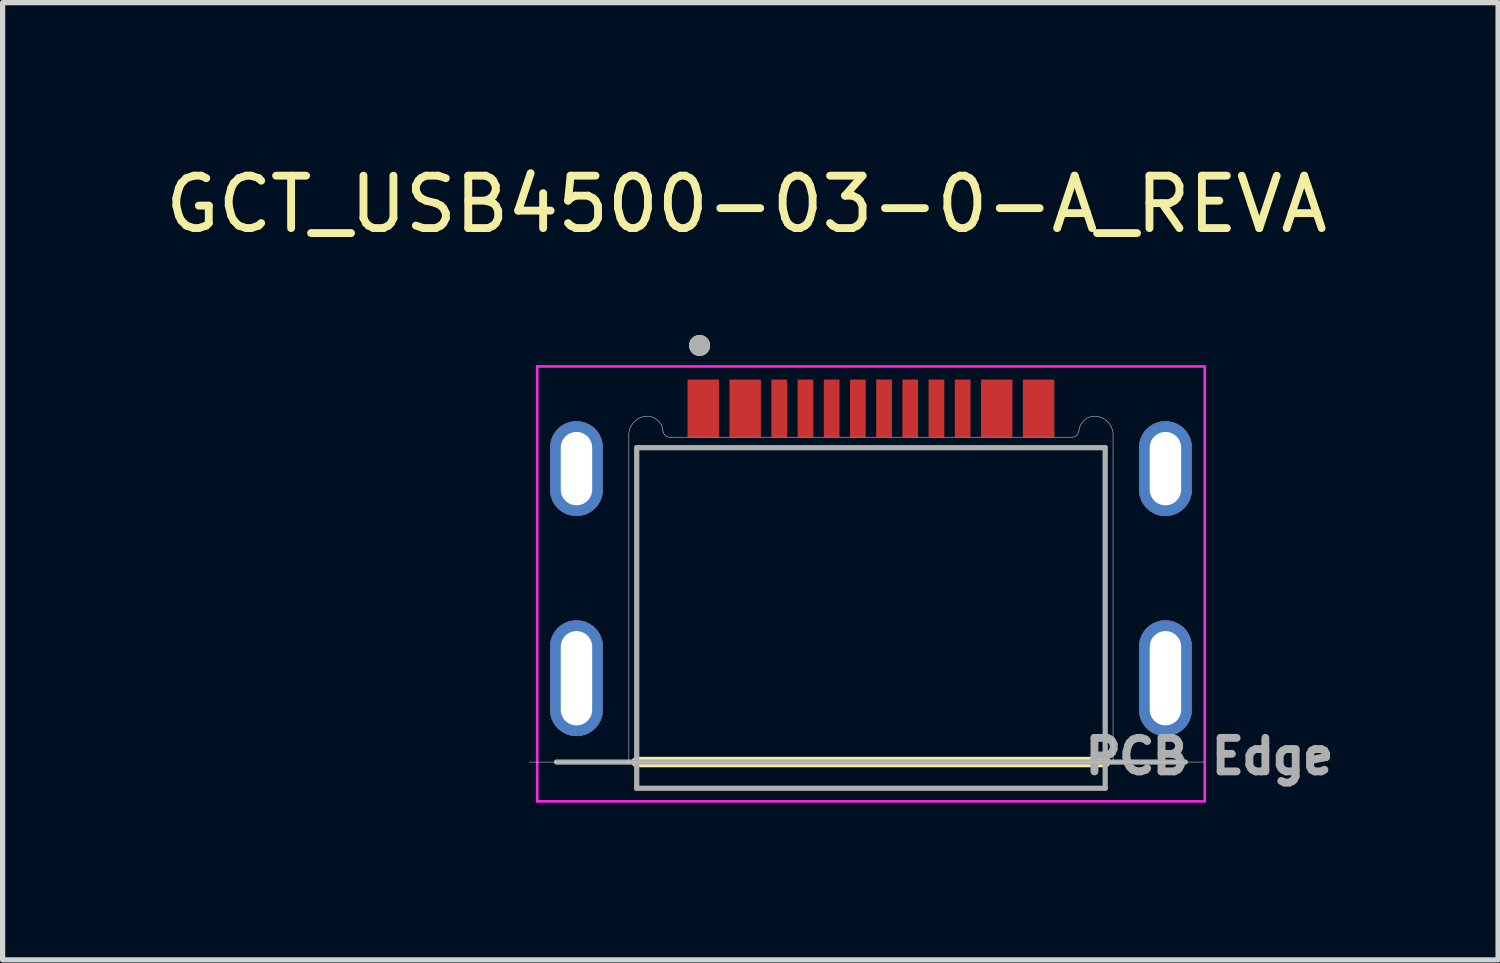
<source format=kicad_pcb>
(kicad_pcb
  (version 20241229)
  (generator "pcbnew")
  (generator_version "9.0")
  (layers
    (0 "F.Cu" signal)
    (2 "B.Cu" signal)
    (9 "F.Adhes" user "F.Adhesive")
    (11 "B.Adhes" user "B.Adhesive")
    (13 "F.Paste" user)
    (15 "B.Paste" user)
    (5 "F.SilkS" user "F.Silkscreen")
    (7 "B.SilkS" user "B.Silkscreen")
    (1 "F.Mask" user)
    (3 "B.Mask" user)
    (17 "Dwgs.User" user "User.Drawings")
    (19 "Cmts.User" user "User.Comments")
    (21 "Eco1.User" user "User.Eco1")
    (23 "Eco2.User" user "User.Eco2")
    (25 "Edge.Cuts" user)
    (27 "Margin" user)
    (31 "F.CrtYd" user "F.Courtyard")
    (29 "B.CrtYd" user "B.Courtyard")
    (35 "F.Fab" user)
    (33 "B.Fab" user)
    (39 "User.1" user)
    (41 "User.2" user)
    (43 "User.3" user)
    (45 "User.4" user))
  (footprint "GCT_USB4500-03-0-A_REVA"
    (layer "F.Cu")
    (at 13.571 9.893)
    (property "Reference" "GCT_USB4500-03-0-A_REVA" (at -2.375 -9.045 0) (layer "F.SilkS") (effects (font (size 1 1) (thickness 0.15))))
    (attr through_hole)
    (fp_poly (pts (xy -5.62 -3.1) (xy -5.646 -3.101) (xy -5.672 -3.103) (xy -5.698 -3.106) (xy -5.724 -3.111) (xy -5.749 -3.117) (xy -5.775 -3.124) (xy -5.799 -3.133) (xy -5.823 -3.143) (xy -5.847 -3.154) (xy -5.87 -3.167) (xy -5.892 -3.181) (xy -5.914 -3.195) (xy -5.935 -3.211) (xy -5.955 -3.228) (xy -5.974 -3.246) (xy -5.992 -3.265) (xy -6.009 -3.285) (xy -6.025 -3.306) (xy -6.039 -3.328) (xy -6.053 -3.35) (xy -6.066 -3.373) (xy -6.077 -3.397) (xy -6.087 -3.421) (xy -6.096 -3.445) (xy -6.103 -3.471) (xy -6.109 -3.496) (xy -6.114 -3.522) (xy -6.117 -3.548) (xy -6.119 -3.574) (xy -6.12 -3.6) (xy -6.12 -4.4) (xy -6.119 -4.426) (xy -6.117 -4.452) (xy -6.114 -4.478) (xy -6.109 -4.504) (xy -6.103 -4.529) (xy -6.096 -4.555) (xy -6.087 -4.579) (xy -6.077 -4.603) (xy -6.066 -4.627) (xy -6.053 -4.65) (xy -6.039 -4.672) (xy -6.025 -4.694) (xy -6.009 -4.715) (xy -5.992 -4.735) (xy -5.974 -4.754) (xy -5.955 -4.772) (xy -5.935 -4.789) (xy -5.914 -4.805) (xy -5.892 -4.819) (xy -5.87 -4.833) (xy -5.847 -4.846) (xy -5.823 -4.857) (xy -5.799 -4.867) (xy -5.775 -4.876) (xy -5.749 -4.883) (xy -5.724 -4.889) (xy -5.698 -4.894) (xy -5.672 -4.897) (xy -5.646 -4.899) (xy -5.62 -4.9) (xy -5.594 -4.899) (xy -5.568 -4.897) (xy -5.542 -4.894) (xy -5.516 -4.889) (xy -5.491 -4.883) (xy -5.465 -4.876) (xy -5.441 -4.867) (xy -5.417 -4.857) (xy -5.393 -4.846) (xy -5.37 -4.833) (xy -5.348 -4.819) (xy -5.326 -4.805) (xy -5.305 -4.789) (xy -5.285 -4.772) (xy -5.266 -4.754) (xy -5.248 -4.735) (xy -5.231 -4.715) (xy -5.215 -4.694) (xy -5.201 -4.672) (xy -5.187 -4.65) (xy -5.174 -4.627) (xy -5.163 -4.603) (xy -5.153 -4.579) (xy -5.144 -4.555) (xy -5.137 -4.529) (xy -5.131 -4.504) (xy -5.126 -4.478) (xy -5.123 -4.452) (xy -5.121 -4.426) (xy -5.12 -4.4) (xy -5.12 -3.6) (xy -5.121 -3.574) (xy -5.123 -3.548) (xy -5.126 -3.522) (xy -5.131 -3.496) (xy -5.137 -3.471) (xy -5.144 -3.445) (xy -5.153 -3.421) (xy -5.163 -3.397) (xy -5.174 -3.373) (xy -5.187 -3.35) (xy -5.201 -3.328) (xy -5.215 -3.306) (xy -5.231 -3.285) (xy -5.248 -3.265) (xy -5.266 -3.246) (xy -5.285 -3.228) (xy -5.305 -3.211) (xy -5.326 -3.195) (xy -5.348 -3.181) (xy -5.37 -3.167) (xy -5.393 -3.154) (xy -5.417 -3.143) (xy -5.441 -3.133) (xy -5.465 -3.124) (xy -5.491 -3.117) (xy -5.516 -3.111) (xy -5.542 -3.106) (xy -5.568 -3.103) (xy -5.594 -3.101) (xy -5.62 -3.1)) (stroke (width 0.01) (type solid)) (fill yes) (layer "F.Cu"))
    (fp_poly (pts (xy -5.62 1.1) (xy -5.646 1.099) (xy -5.672 1.097) (xy -5.698 1.094) (xy -5.724 1.089) (xy -5.749 1.083) (xy -5.775 1.076) (xy -5.799 1.067) (xy -5.823 1.057) (xy -5.847 1.046) (xy -5.87 1.033) (xy -5.892 1.019) (xy -5.914 1.005) (xy -5.935 0.989) (xy -5.955 0.972) (xy -5.974 0.954) (xy -5.992 0.935) (xy -6.009 0.915) (xy -6.025 0.894) (xy -6.039 0.872) (xy -6.053 0.85) (xy -6.066 0.827) (xy -6.077 0.803) (xy -6.087 0.779) (xy -6.096 0.755) (xy -6.103 0.729) (xy -6.109 0.704) (xy -6.114 0.678) (xy -6.117 0.652) (xy -6.119 0.626) (xy -6.12 0.6) (xy -6.12 -0.6) (xy -6.119 -0.626) (xy -6.117 -0.652) (xy -6.114 -0.678) (xy -6.109 -0.704) (xy -6.103 -0.729) (xy -6.096 -0.755) (xy -6.087 -0.779) (xy -6.077 -0.803) (xy -6.066 -0.827) (xy -6.053 -0.85) (xy -6.039 -0.872) (xy -6.025 -0.894) (xy -6.009 -0.915) (xy -5.992 -0.935) (xy -5.974 -0.954) (xy -5.955 -0.972) (xy -5.935 -0.989) (xy -5.914 -1.005) (xy -5.892 -1.019) (xy -5.87 -1.033) (xy -5.847 -1.046) (xy -5.823 -1.057) (xy -5.799 -1.067) (xy -5.775 -1.076) (xy -5.749 -1.083) (xy -5.724 -1.089) (xy -5.698 -1.094) (xy -5.672 -1.097) (xy -5.646 -1.099) (xy -5.62 -1.1) (xy -5.594 -1.099) (xy -5.568 -1.097) (xy -5.542 -1.094) (xy -5.516 -1.089) (xy -5.491 -1.083) (xy -5.465 -1.076) (xy -5.441 -1.067) (xy -5.417 -1.057) (xy -5.393 -1.046) (xy -5.37 -1.033) (xy -5.348 -1.019) (xy -5.326 -1.005) (xy -5.305 -0.989) (xy -5.285 -0.972) (xy -5.266 -0.954) (xy -5.248 -0.935) (xy -5.231 -0.915) (xy -5.215 -0.894) (xy -5.201 -0.872) (xy -5.187 -0.85) (xy -5.174 -0.827) (xy -5.163 -0.803) (xy -5.153 -0.779) (xy -5.144 -0.755) (xy -5.137 -0.729) (xy -5.131 -0.704) (xy -5.126 -0.678) (xy -5.123 -0.652) (xy -5.121 -0.626) (xy -5.12 -0.6) (xy -5.12 0.6) (xy -5.121 0.626) (xy -5.123 0.652) (xy -5.126 0.678) (xy -5.131 0.704) (xy -5.137 0.729) (xy -5.144 0.755) (xy -5.153 0.779) (xy -5.163 0.803) (xy -5.174 0.827) (xy -5.187 0.85) (xy -5.201 0.872) (xy -5.215 0.894) (xy -5.231 0.915) (xy -5.248 0.935) (xy -5.266 0.954) (xy -5.285 0.972) (xy -5.305 0.989) (xy -5.326 1.005) (xy -5.348 1.019) (xy -5.37 1.033) (xy -5.393 1.046) (xy -5.417 1.057) (xy -5.441 1.067) (xy -5.465 1.076) (xy -5.491 1.083) (xy -5.516 1.089) (xy -5.542 1.094) (xy -5.568 1.097) (xy -5.594 1.099) (xy -5.62 1.1)) (stroke (width 0.01) (type solid)) (fill yes) (layer "F.Cu"))
    (fp_poly (pts (xy 5.62 -3.1) (xy 5.594 -3.101) (xy 5.568 -3.103) (xy 5.542 -3.106) (xy 5.516 -3.111) (xy 5.491 -3.117) (xy 5.465 -3.124) (xy 5.441 -3.133) (xy 5.417 -3.143) (xy 5.393 -3.154) (xy 5.37 -3.167) (xy 5.348 -3.181) (xy 5.326 -3.195) (xy 5.305 -3.211) (xy 5.285 -3.228) (xy 5.266 -3.246) (xy 5.248 -3.265) (xy 5.231 -3.285) (xy 5.215 -3.306) (xy 5.201 -3.328) (xy 5.187 -3.35) (xy 5.174 -3.373) (xy 5.163 -3.397) (xy 5.153 -3.421) (xy 5.144 -3.445) (xy 5.137 -3.471) (xy 5.131 -3.496) (xy 5.126 -3.522) (xy 5.123 -3.548) (xy 5.121 -3.574) (xy 5.12 -3.6) (xy 5.12 -4.4) (xy 5.121 -4.426) (xy 5.123 -4.452) (xy 5.126 -4.478) (xy 5.131 -4.504) (xy 5.137 -4.529) (xy 5.144 -4.555) (xy 5.153 -4.579) (xy 5.163 -4.603) (xy 5.174 -4.627) (xy 5.187 -4.65) (xy 5.201 -4.672) (xy 5.215 -4.694) (xy 5.231 -4.715) (xy 5.248 -4.735) (xy 5.266 -4.754) (xy 5.285 -4.772) (xy 5.305 -4.789) (xy 5.326 -4.805) (xy 5.348 -4.819) (xy 5.37 -4.833) (xy 5.393 -4.846) (xy 5.417 -4.857) (xy 5.441 -4.867) (xy 5.465 -4.876) (xy 5.491 -4.883) (xy 5.516 -4.889) (xy 5.542 -4.894) (xy 5.568 -4.897) (xy 5.594 -4.899) (xy 5.62 -4.9) (xy 5.646 -4.899) (xy 5.672 -4.897) (xy 5.698 -4.894) (xy 5.724 -4.889) (xy 5.749 -4.883) (xy 5.775 -4.876) (xy 5.799 -4.867) (xy 5.823 -4.857) (xy 5.847 -4.846) (xy 5.87 -4.833) (xy 5.892 -4.819) (xy 5.914 -4.805) (xy 5.935 -4.789) (xy 5.955 -4.772) (xy 5.974 -4.754) (xy 5.992 -4.735) (xy 6.009 -4.715) (xy 6.025 -4.694) (xy 6.039 -4.672) (xy 6.053 -4.65) (xy 6.066 -4.627) (xy 6.077 -4.603) (xy 6.087 -4.579) (xy 6.096 -4.555) (xy 6.103 -4.529) (xy 6.109 -4.504) (xy 6.114 -4.478) (xy 6.117 -4.452) (xy 6.119 -4.426) (xy 6.12 -4.4) (xy 6.12 -3.6) (xy 6.119 -3.574) (xy 6.117 -3.548) (xy 6.114 -3.522) (xy 6.109 -3.496) (xy 6.103 -3.471) (xy 6.096 -3.445) (xy 6.087 -3.421) (xy 6.077 -3.397) (xy 6.066 -3.373) (xy 6.053 -3.35) (xy 6.039 -3.328) (xy 6.025 -3.306) (xy 6.009 -3.285) (xy 5.992 -3.265) (xy 5.974 -3.246) (xy 5.955 -3.228) (xy 5.935 -3.211) (xy 5.914 -3.195) (xy 5.892 -3.181) (xy 5.87 -3.167) (xy 5.847 -3.154) (xy 5.823 -3.143) (xy 5.799 -3.133) (xy 5.775 -3.124) (xy 5.749 -3.117) (xy 5.724 -3.111) (xy 5.698 -3.106) (xy 5.672 -3.103) (xy 5.646 -3.101) (xy 5.62 -3.1)) (stroke (width 0.01) (type solid)) (fill yes) (layer "F.Cu"))
    (fp_poly (pts (xy 5.62 1.1) (xy 5.594 1.099) (xy 5.568 1.097) (xy 5.542 1.094) (xy 5.516 1.089) (xy 5.491 1.083) (xy 5.465 1.076) (xy 5.441 1.067) (xy 5.417 1.057) (xy 5.393 1.046) (xy 5.37 1.033) (xy 5.348 1.019) (xy 5.326 1.005) (xy 5.305 0.989) (xy 5.285 0.972) (xy 5.266 0.954) (xy 5.248 0.935) (xy 5.231 0.915) (xy 5.215 0.894) (xy 5.201 0.872) (xy 5.187 0.85) (xy 5.174 0.827) (xy 5.163 0.803) (xy 5.153 0.779) (xy 5.144 0.755) (xy 5.137 0.729) (xy 5.131 0.704) (xy 5.126 0.678) (xy 5.123 0.652) (xy 5.121 0.626) (xy 5.12 0.6) (xy 5.12 -0.6) (xy 5.121 -0.626) (xy 5.123 -0.652) (xy 5.126 -0.678) (xy 5.131 -0.704) (xy 5.137 -0.729) (xy 5.144 -0.755) (xy 5.153 -0.779) (xy 5.163 -0.803) (xy 5.174 -0.827) (xy 5.187 -0.85) (xy 5.201 -0.872) (xy 5.215 -0.894) (xy 5.231 -0.915) (xy 5.248 -0.935) (xy 5.266 -0.954) (xy 5.285 -0.972) (xy 5.305 -0.989) (xy 5.326 -1.005) (xy 5.348 -1.019) (xy 5.37 -1.033) (xy 5.393 -1.046) (xy 5.417 -1.057) (xy 5.441 -1.067) (xy 5.465 -1.076) (xy 5.491 -1.083) (xy 5.516 -1.089) (xy 5.542 -1.094) (xy 5.568 -1.097) (xy 5.594 -1.099) (xy 5.62 -1.1) (xy 5.646 -1.099) (xy 5.672 -1.097) (xy 5.698 -1.094) (xy 5.724 -1.089) (xy 5.749 -1.083) (xy 5.775 -1.076) (xy 5.799 -1.067) (xy 5.823 -1.057) (xy 5.847 -1.046) (xy 5.87 -1.033) (xy 5.892 -1.019) (xy 5.914 -1.005) (xy 5.935 -0.989) (xy 5.955 -0.972) (xy 5.974 -0.954) (xy 5.992 -0.935) (xy 6.009 -0.915) (xy 6.025 -0.894) (xy 6.039 -0.872) (xy 6.053 -0.85) (xy 6.066 -0.827) (xy 6.077 -0.803) (xy 6.087 -0.779) (xy 6.096 -0.755) (xy 6.103 -0.729) (xy 6.109 -0.704) (xy 6.114 -0.678) (xy 6.117 -0.652) (xy 6.119 -0.626) (xy 6.12 -0.6) (xy 6.12 0.6) (xy 6.119 0.626) (xy 6.117 0.652) (xy 6.114 0.678) (xy 6.109 0.704) (xy 6.103 0.729) (xy 6.096 0.755) (xy 6.087 0.779) (xy 6.077 0.803) (xy 6.066 0.827) (xy 6.053 0.85) (xy 6.039 0.872) (xy 6.025 0.894) (xy 6.009 0.915) (xy 5.992 0.935) (xy 5.974 0.954) (xy 5.955 0.972) (xy 5.935 0.989) (xy 5.914 1.005) (xy 5.892 1.019) (xy 5.87 1.033) (xy 5.847 1.046) (xy 5.823 1.057) (xy 5.799 1.067) (xy 5.775 1.076) (xy 5.749 1.083) (xy 5.724 1.089) (xy 5.698 1.094) (xy 5.672 1.097) (xy 5.646 1.099) (xy 5.62 1.1)) (stroke (width 0.01) (type solid)) (fill yes) (layer "F.Cu"))
    (fp_poly (pts (xy -6.22 -3.6) (xy -6.22 -4.4) (xy -6.219 -4.431) (xy -6.217 -4.463) (xy -6.213 -4.494) (xy -6.207 -4.525) (xy -6.2 -4.555) (xy -6.191 -4.585) (xy -6.18 -4.615) (xy -6.168 -4.644) (xy -6.155 -4.672) (xy -6.14 -4.7) (xy -6.123 -4.727) (xy -6.105 -4.753) (xy -6.086 -4.778) (xy -6.066 -4.801) (xy -6.044 -4.824) (xy -6.021 -4.846) (xy -5.998 -4.866) (xy -5.973 -4.885) (xy -5.947 -4.903) (xy -5.92 -4.92) (xy -5.892 -4.935) (xy -5.864 -4.948) (xy -5.835 -4.96) (xy -5.805 -4.971) (xy -5.775 -4.98) (xy -5.745 -4.987) (xy -5.714 -4.993) (xy -5.683 -4.997) (xy -5.651 -4.999) (xy -5.62 -5) (xy -5.589 -4.999) (xy -5.557 -4.997) (xy -5.526 -4.993) (xy -5.495 -4.987) (xy -5.465 -4.98) (xy -5.435 -4.971) (xy -5.405 -4.96) (xy -5.376 -4.948) (xy -5.348 -4.935) (xy -5.32 -4.92) (xy -5.293 -4.903) (xy -5.267 -4.885) (xy -5.242 -4.866) (xy -5.219 -4.846) (xy -5.196 -4.824) (xy -5.174 -4.801) (xy -5.154 -4.778) (xy -5.135 -4.753) (xy -5.117 -4.727) (xy -5.1 -4.7) (xy -5.085 -4.672) (xy -5.072 -4.644) (xy -5.06 -4.615) (xy -5.049 -4.585) (xy -5.04 -4.555) (xy -5.033 -4.525) (xy -5.027 -4.494) (xy -5.023 -4.463) (xy -5.021 -4.431) (xy -5.02 -4.4) (xy -5.02 -3.6) (xy -5.021 -3.569) (xy -5.023 -3.537) (xy -5.027 -3.506) (xy -5.033 -3.475) (xy -5.04 -3.445) (xy -5.049 -3.415) (xy -5.06 -3.385) (xy -5.072 -3.356) (xy -5.085 -3.328) (xy -5.1 -3.3) (xy -5.117 -3.273) (xy -5.135 -3.247) (xy -5.154 -3.222) (xy -5.174 -3.199) (xy -5.196 -3.176) (xy -5.219 -3.154) (xy -5.242 -3.134) (xy -5.267 -3.115) (xy -5.293 -3.097) (xy -5.32 -3.08) (xy -5.348 -3.065) (xy -5.376 -3.052) (xy -5.405 -3.04) (xy -5.435 -3.029) (xy -5.465 -3.02) (xy -5.495 -3.013) (xy -5.526 -3.007) (xy -5.557 -3.003) (xy -5.589 -3.001) (xy -5.62 -3) (xy -5.651 -3.001) (xy -5.683 -3.003) (xy -5.714 -3.007) (xy -5.745 -3.013) (xy -5.775 -3.02) (xy -5.805 -3.029) (xy -5.835 -3.04) (xy -5.864 -3.052) (xy -5.892 -3.065) (xy -5.92 -3.08) (xy -5.947 -3.097) (xy -5.973 -3.115) (xy -5.998 -3.134) (xy -6.021 -3.154) (xy -6.044 -3.176) (xy -6.066 -3.199) (xy -6.086 -3.222) (xy -6.105 -3.247) (xy -6.123 -3.273) (xy -6.14 -3.3) (xy -6.155 -3.328) (xy -6.168 -3.356) (xy -6.18 -3.385) (xy -6.191 -3.415) (xy -6.2 -3.445) (xy -6.207 -3.475) (xy -6.213 -3.506) (xy -6.217 -3.537) (xy -6.219 -3.569) (xy -6.22 -3.6)) (stroke (width 0.01) (type solid)) (fill yes) (layer "F.Mask"))
    (fp_poly (pts (xy -6.22 0.6) (xy -6.22 -0.6) (xy -6.219 -0.631) (xy -6.217 -0.663) (xy -6.213 -0.694) (xy -6.207 -0.725) (xy -6.2 -0.755) (xy -6.191 -0.785) (xy -6.18 -0.815) (xy -6.168 -0.844) (xy -6.155 -0.872) (xy -6.14 -0.9) (xy -6.123 -0.927) (xy -6.105 -0.953) (xy -6.086 -0.978) (xy -6.066 -1.001) (xy -6.044 -1.024) (xy -6.021 -1.046) (xy -5.998 -1.066) (xy -5.973 -1.085) (xy -5.947 -1.103) (xy -5.92 -1.12) (xy -5.892 -1.135) (xy -5.864 -1.148) (xy -5.835 -1.16) (xy -5.805 -1.171) (xy -5.775 -1.18) (xy -5.745 -1.187) (xy -5.714 -1.193) (xy -5.683 -1.197) (xy -5.651 -1.199) (xy -5.62 -1.2) (xy -5.589 -1.199) (xy -5.557 -1.197) (xy -5.526 -1.193) (xy -5.495 -1.187) (xy -5.465 -1.18) (xy -5.435 -1.171) (xy -5.405 -1.16) (xy -5.376 -1.148) (xy -5.348 -1.135) (xy -5.32 -1.12) (xy -5.293 -1.103) (xy -5.267 -1.085) (xy -5.242 -1.066) (xy -5.219 -1.046) (xy -5.196 -1.024) (xy -5.174 -1.001) (xy -5.154 -0.978) (xy -5.135 -0.953) (xy -5.117 -0.927) (xy -5.1 -0.9) (xy -5.085 -0.872) (xy -5.072 -0.844) (xy -5.06 -0.815) (xy -5.049 -0.785) (xy -5.04 -0.755) (xy -5.033 -0.725) (xy -5.027 -0.694) (xy -5.023 -0.663) (xy -5.021 -0.631) (xy -5.02 -0.6) (xy -5.02 0.6) (xy -5.021 0.631) (xy -5.023 0.663) (xy -5.027 0.694) (xy -5.033 0.725) (xy -5.04 0.755) (xy -5.049 0.785) (xy -5.06 0.815) (xy -5.072 0.844) (xy -5.085 0.872) (xy -5.1 0.9) (xy -5.117 0.927) (xy -5.135 0.953) (xy -5.154 0.978) (xy -5.174 1.001) (xy -5.196 1.024) (xy -5.219 1.046) (xy -5.242 1.066) (xy -5.267 1.085) (xy -5.293 1.103) (xy -5.32 1.12) (xy -5.348 1.135) (xy -5.376 1.148) (xy -5.405 1.16) (xy -5.435 1.171) (xy -5.465 1.18) (xy -5.495 1.187) (xy -5.526 1.193) (xy -5.557 1.197) (xy -5.589 1.199) (xy -5.62 1.2) (xy -5.651 1.199) (xy -5.683 1.197) (xy -5.714 1.193) (xy -5.745 1.187) (xy -5.775 1.18) (xy -5.805 1.171) (xy -5.835 1.16) (xy -5.864 1.148) (xy -5.892 1.135) (xy -5.92 1.12) (xy -5.947 1.103) (xy -5.973 1.085) (xy -5.998 1.066) (xy -6.021 1.046) (xy -6.044 1.024) (xy -6.066 1.001) (xy -6.086 0.978) (xy -6.105 0.953) (xy -6.123 0.927) (xy -6.14 0.9) (xy -6.155 0.872) (xy -6.168 0.844) (xy -6.18 0.815) (xy -6.191 0.785) (xy -6.2 0.755) (xy -6.207 0.725) (xy -6.213 0.694) (xy -6.217 0.663) (xy -6.219 0.631) (xy -6.22 0.6)) (stroke (width 0.01) (type solid)) (fill yes) (layer "F.Mask"))
    (fp_poly (pts (xy 5.02 -3.6) (xy 5.02 -4.4) (xy 5.021 -4.431) (xy 5.023 -4.463) (xy 5.027 -4.494) (xy 5.033 -4.525) (xy 5.04 -4.555) (xy 5.049 -4.585) (xy 5.06 -4.615) (xy 5.072 -4.644) (xy 5.085 -4.672) (xy 5.1 -4.7) (xy 5.117 -4.727) (xy 5.135 -4.753) (xy 5.154 -4.778) (xy 5.174 -4.801) (xy 5.196 -4.824) (xy 5.219 -4.846) (xy 5.242 -4.866) (xy 5.267 -4.885) (xy 5.293 -4.903) (xy 5.32 -4.92) (xy 5.348 -4.935) (xy 5.376 -4.948) (xy 5.405 -4.96) (xy 5.435 -4.971) (xy 5.465 -4.98) (xy 5.495 -4.987) (xy 5.526 -4.993) (xy 5.557 -4.997) (xy 5.589 -4.999) (xy 5.62 -5) (xy 5.651 -4.999) (xy 5.683 -4.997) (xy 5.714 -4.993) (xy 5.745 -4.987) (xy 5.775 -4.98) (xy 5.805 -4.971) (xy 5.835 -4.96) (xy 5.864 -4.948) (xy 5.892 -4.935) (xy 5.92 -4.92) (xy 5.947 -4.903) (xy 5.973 -4.885) (xy 5.998 -4.866) (xy 6.021 -4.846) (xy 6.044 -4.824) (xy 6.066 -4.801) (xy 6.086 -4.778) (xy 6.105 -4.753) (xy 6.123 -4.727) (xy 6.14 -4.7) (xy 6.155 -4.672) (xy 6.168 -4.644) (xy 6.18 -4.615) (xy 6.191 -4.585) (xy 6.2 -4.555) (xy 6.207 -4.525) (xy 6.213 -4.494) (xy 6.217 -4.463) (xy 6.219 -4.431) (xy 6.22 -4.4) (xy 6.22 -3.6) (xy 6.219 -3.569) (xy 6.217 -3.537) (xy 6.213 -3.506) (xy 6.207 -3.475) (xy 6.2 -3.445) (xy 6.191 -3.415) (xy 6.18 -3.385) (xy 6.168 -3.356) (xy 6.155 -3.328) (xy 6.14 -3.3) (xy 6.123 -3.273) (xy 6.105 -3.247) (xy 6.086 -3.222) (xy 6.066 -3.199) (xy 6.044 -3.176) (xy 6.021 -3.154) (xy 5.998 -3.134) (xy 5.973 -3.115) (xy 5.947 -3.097) (xy 5.92 -3.08) (xy 5.892 -3.065) (xy 5.864 -3.052) (xy 5.835 -3.04) (xy 5.805 -3.029) (xy 5.775 -3.02) (xy 5.745 -3.013) (xy 5.714 -3.007) (xy 5.683 -3.003) (xy 5.651 -3.001) (xy 5.62 -3) (xy 5.589 -3.001) (xy 5.557 -3.003) (xy 5.526 -3.007) (xy 5.495 -3.013) (xy 5.465 -3.02) (xy 5.435 -3.029) (xy 5.405 -3.04) (xy 5.376 -3.052) (xy 5.348 -3.065) (xy 5.32 -3.08) (xy 5.293 -3.097) (xy 5.267 -3.115) (xy 5.242 -3.134) (xy 5.219 -3.154) (xy 5.196 -3.176) (xy 5.174 -3.199) (xy 5.154 -3.222) (xy 5.135 -3.247) (xy 5.117 -3.273) (xy 5.1 -3.3) (xy 5.085 -3.328) (xy 5.072 -3.356) (xy 5.06 -3.385) (xy 5.049 -3.415) (xy 5.04 -3.445) (xy 5.033 -3.475) (xy 5.027 -3.506) (xy 5.023 -3.537) (xy 5.021 -3.569) (xy 5.02 -3.6)) (stroke (width 0.01) (type solid)) (fill yes) (layer "F.Mask"))
    (fp_poly (pts (xy 5.02 0) (xy 5.02 -0.6) (xy 5.021 -0.631) (xy 5.023 -0.663) (xy 5.027 -0.694) (xy 5.033 -0.725) (xy 5.04 -0.755) (xy 5.049 -0.785) (xy 5.06 -0.815) (xy 5.072 -0.844) (xy 5.085 -0.872) (xy 5.1 -0.9) (xy 5.117 -0.927) (xy 5.135 -0.953) (xy 5.154 -0.978) (xy 5.174 -1.001) (xy 5.196 -1.024) (xy 5.219 -1.046) (xy 5.242 -1.066) (xy 5.267 -1.085) (xy 5.293 -1.103) (xy 5.32 -1.12) (xy 5.348 -1.135) (xy 5.376 -1.148) (xy 5.405 -1.16) (xy 5.435 -1.171) (xy 5.465 -1.18) (xy 5.495 -1.187) (xy 5.526 -1.193) (xy 5.557 -1.197) (xy 5.589 -1.199) (xy 5.62 -1.2) (xy 5.651 -1.199) (xy 5.683 -1.197) (xy 5.714 -1.193) (xy 5.745 -1.187) (xy 5.775 -1.18) (xy 5.805 -1.171) (xy 5.835 -1.16) (xy 5.864 -1.148) (xy 5.892 -1.135) (xy 5.92 -1.12) (xy 5.947 -1.103) (xy 5.973 -1.085) (xy 5.998 -1.066) (xy 6.021 -1.046) (xy 6.044 -1.024) (xy 6.066 -1.001) (xy 6.086 -0.978) (xy 6.105 -0.953) (xy 6.123 -0.927) (xy 6.14 -0.9) (xy 6.155 -0.872) (xy 6.168 -0.844) (xy 6.18 -0.815) (xy 6.191 -0.785) (xy 6.2 -0.755) (xy 6.207 -0.725) (xy 6.213 -0.694) (xy 6.217 -0.663) (xy 6.219 -0.631) (xy 6.22 -0.6) (xy 6.22 0) (xy 6.22 0.6) (xy 6.219 0.631) (xy 6.217 0.663) (xy 6.213 0.694) (xy 6.207 0.725) (xy 6.2 0.755) (xy 6.191 0.785) (xy 6.18 0.815) (xy 6.168 0.844) (xy 6.155 0.872) (xy 6.14 0.9) (xy 6.123 0.927) (xy 6.105 0.953) (xy 6.086 0.978) (xy 6.066 1.001) (xy 6.044 1.024) (xy 6.021 1.046) (xy 5.998 1.066) (xy 5.973 1.085) (xy 5.947 1.103) (xy 5.92 1.12) (xy 5.892 1.135) (xy 5.864 1.148) (xy 5.835 1.16) (xy 5.805 1.171) (xy 5.775 1.18) (xy 5.745 1.187) (xy 5.714 1.193) (xy 5.683 1.197) (xy 5.651 1.199) (xy 5.62 1.2) (xy 5.589 1.199) (xy 5.557 1.197) (xy 5.526 1.193) (xy 5.495 1.187) (xy 5.465 1.18) (xy 5.435 1.171) (xy 5.405 1.16) (xy 5.376 1.148) (xy 5.348 1.135) (xy 5.32 1.12) (xy 5.293 1.103) (xy 5.267 1.085) (xy 5.242 1.066) (xy 5.219 1.046) (xy 5.196 1.024) (xy 5.174 1.001) (xy 5.154 0.978) (xy 5.135 0.953) (xy 5.117 0.927) (xy 5.1 0.9) (xy 5.085 0.872) (xy 5.072 0.844) (xy 5.06 0.815) (xy 5.049 0.785) (xy 5.04 0.755) (xy 5.033 0.725) (xy 5.027 0.694) (xy 5.023 0.663) (xy 5.021 0.631) (xy 5.02 0.6) (xy 5.02 0)) (stroke (width 0.01) (type solid)) (fill yes) (layer "F.Mask"))
    (fp_poly (pts (xy -5.62 -3.1) (xy -5.646 -3.101) (xy -5.672 -3.103) (xy -5.698 -3.106) (xy -5.724 -3.111) (xy -5.749 -3.117) (xy -5.775 -3.124) (xy -5.799 -3.133) (xy -5.823 -3.143) (xy -5.847 -3.154) (xy -5.87 -3.167) (xy -5.892 -3.181) (xy -5.914 -3.195) (xy -5.935 -3.211) (xy -5.955 -3.228) (xy -5.974 -3.246) (xy -5.992 -3.265) (xy -6.009 -3.285) (xy -6.025 -3.306) (xy -6.039 -3.328) (xy -6.053 -3.35) (xy -6.066 -3.373) (xy -6.077 -3.397) (xy -6.087 -3.421) (xy -6.096 -3.445) (xy -6.103 -3.471) (xy -6.109 -3.496) (xy -6.114 -3.522) (xy -6.117 -3.548) (xy -6.119 -3.574) (xy -6.12 -3.6) (xy -6.12 -4.4) (xy -6.119 -4.426) (xy -6.117 -4.452) (xy -6.114 -4.478) (xy -6.109 -4.504) (xy -6.103 -4.529) (xy -6.096 -4.555) (xy -6.087 -4.579) (xy -6.077 -4.603) (xy -6.066 -4.627) (xy -6.053 -4.65) (xy -6.039 -4.672) (xy -6.025 -4.694) (xy -6.009 -4.715) (xy -5.992 -4.735) (xy -5.974 -4.754) (xy -5.955 -4.772) (xy -5.935 -4.789) (xy -5.914 -4.805) (xy -5.892 -4.819) (xy -5.87 -4.833) (xy -5.847 -4.846) (xy -5.823 -4.857) (xy -5.799 -4.867) (xy -5.775 -4.876) (xy -5.749 -4.883) (xy -5.724 -4.889) (xy -5.698 -4.894) (xy -5.672 -4.897) (xy -5.646 -4.899) (xy -5.62 -4.9) (xy -5.594 -4.899) (xy -5.568 -4.897) (xy -5.542 -4.894) (xy -5.516 -4.889) (xy -5.491 -4.883) (xy -5.465 -4.876) (xy -5.441 -4.867) (xy -5.417 -4.857) (xy -5.393 -4.846) (xy -5.37 -4.833) (xy -5.348 -4.819) (xy -5.326 -4.805) (xy -5.305 -4.789) (xy -5.285 -4.772) (xy -5.266 -4.754) (xy -5.248 -4.735) (xy -5.231 -4.715) (xy -5.215 -4.694) (xy -5.201 -4.672) (xy -5.187 -4.65) (xy -5.174 -4.627) (xy -5.163 -4.603) (xy -5.153 -4.579) (xy -5.144 -4.555) (xy -5.137 -4.529) (xy -5.131 -4.504) (xy -5.126 -4.478) (xy -5.123 -4.452) (xy -5.121 -4.426) (xy -5.12 -4.4) (xy -5.12 -3.6) (xy -5.121 -3.574) (xy -5.123 -3.548) (xy -5.126 -3.522) (xy -5.131 -3.496) (xy -5.137 -3.471) (xy -5.144 -3.445) (xy -5.153 -3.421) (xy -5.163 -3.397) (xy -5.174 -3.373) (xy -5.187 -3.35) (xy -5.201 -3.328) (xy -5.215 -3.306) (xy -5.231 -3.285) (xy -5.248 -3.265) (xy -5.266 -3.246) (xy -5.285 -3.228) (xy -5.305 -3.211) (xy -5.326 -3.195) (xy -5.348 -3.181) (xy -5.37 -3.167) (xy -5.393 -3.154) (xy -5.417 -3.143) (xy -5.441 -3.133) (xy -5.465 -3.124) (xy -5.491 -3.117) (xy -5.516 -3.111) (xy -5.542 -3.106) (xy -5.568 -3.103) (xy -5.594 -3.101) (xy -5.62 -3.1)) (stroke (width 0.01) (type solid)) (fill yes) (layer "B.Cu"))
    (fp_poly (pts (xy -5.62 1.1) (xy -5.646 1.099) (xy -5.672 1.097) (xy -5.698 1.094) (xy -5.724 1.089) (xy -5.749 1.083) (xy -5.775 1.076) (xy -5.799 1.067) (xy -5.823 1.057) (xy -5.847 1.046) (xy -5.87 1.033) (xy -5.892 1.019) (xy -5.914 1.005) (xy -5.935 0.989) (xy -5.955 0.972) (xy -5.974 0.954) (xy -5.992 0.935) (xy -6.009 0.915) (xy -6.025 0.894) (xy -6.039 0.872) (xy -6.053 0.85) (xy -6.066 0.827) (xy -6.077 0.803) (xy -6.087 0.779) (xy -6.096 0.755) (xy -6.103 0.729) (xy -6.109 0.704) (xy -6.114 0.678) (xy -6.117 0.652) (xy -6.119 0.626) (xy -6.12 0.6) (xy -6.12 -0.6) (xy -6.119 -0.626) (xy -6.117 -0.652) (xy -6.114 -0.678) (xy -6.109 -0.704) (xy -6.103 -0.729) (xy -6.096 -0.755) (xy -6.087 -0.779) (xy -6.077 -0.803) (xy -6.066 -0.827) (xy -6.053 -0.85) (xy -6.039 -0.872) (xy -6.025 -0.894) (xy -6.009 -0.915) (xy -5.992 -0.935) (xy -5.974 -0.954) (xy -5.955 -0.972) (xy -5.935 -0.989) (xy -5.914 -1.005) (xy -5.892 -1.019) (xy -5.87 -1.033) (xy -5.847 -1.046) (xy -5.823 -1.057) (xy -5.799 -1.067) (xy -5.775 -1.076) (xy -5.749 -1.083) (xy -5.724 -1.089) (xy -5.698 -1.094) (xy -5.672 -1.097) (xy -5.646 -1.099) (xy -5.62 -1.1) (xy -5.594 -1.099) (xy -5.568 -1.097) (xy -5.542 -1.094) (xy -5.516 -1.089) (xy -5.491 -1.083) (xy -5.465 -1.076) (xy -5.441 -1.067) (xy -5.417 -1.057) (xy -5.393 -1.046) (xy -5.37 -1.033) (xy -5.348 -1.019) (xy -5.326 -1.005) (xy -5.305 -0.989) (xy -5.285 -0.972) (xy -5.266 -0.954) (xy -5.248 -0.935) (xy -5.231 -0.915) (xy -5.215 -0.894) (xy -5.201 -0.872) (xy -5.187 -0.85) (xy -5.174 -0.827) (xy -5.163 -0.803) (xy -5.153 -0.779) (xy -5.144 -0.755) (xy -5.137 -0.729) (xy -5.131 -0.704) (xy -5.126 -0.678) (xy -5.123 -0.652) (xy -5.121 -0.626) (xy -5.12 -0.6) (xy -5.12 0.6) (xy -5.121 0.626) (xy -5.123 0.652) (xy -5.126 0.678) (xy -5.131 0.704) (xy -5.137 0.729) (xy -5.144 0.755) (xy -5.153 0.779) (xy -5.163 0.803) (xy -5.174 0.827) (xy -5.187 0.85) (xy -5.201 0.872) (xy -5.215 0.894) (xy -5.231 0.915) (xy -5.248 0.935) (xy -5.266 0.954) (xy -5.285 0.972) (xy -5.305 0.989) (xy -5.326 1.005) (xy -5.348 1.019) (xy -5.37 1.033) (xy -5.393 1.046) (xy -5.417 1.057) (xy -5.441 1.067) (xy -5.465 1.076) (xy -5.491 1.083) (xy -5.516 1.089) (xy -5.542 1.094) (xy -5.568 1.097) (xy -5.594 1.099) (xy -5.62 1.1)) (stroke (width 0.01) (type solid)) (fill yes) (layer "B.Cu"))
    (fp_poly (pts (xy 5.62 -3.1) (xy 5.594 -3.101) (xy 5.568 -3.103) (xy 5.542 -3.106) (xy 5.516 -3.111) (xy 5.491 -3.117) (xy 5.465 -3.124) (xy 5.441 -3.133) (xy 5.417 -3.143) (xy 5.393 -3.154) (xy 5.37 -3.167) (xy 5.348 -3.181) (xy 5.326 -3.195) (xy 5.305 -3.211) (xy 5.285 -3.228) (xy 5.266 -3.246) (xy 5.248 -3.265) (xy 5.231 -3.285) (xy 5.215 -3.306) (xy 5.201 -3.328) (xy 5.187 -3.35) (xy 5.174 -3.373) (xy 5.163 -3.397) (xy 5.153 -3.421) (xy 5.144 -3.445) (xy 5.137 -3.471) (xy 5.131 -3.496) (xy 5.126 -3.522) (xy 5.123 -3.548) (xy 5.121 -3.574) (xy 5.12 -3.6) (xy 5.12 -4.4) (xy 5.121 -4.426) (xy 5.123 -4.452) (xy 5.126 -4.478) (xy 5.131 -4.504) (xy 5.137 -4.529) (xy 5.144 -4.555) (xy 5.153 -4.579) (xy 5.163 -4.603) (xy 5.174 -4.627) (xy 5.187 -4.65) (xy 5.201 -4.672) (xy 5.215 -4.694) (xy 5.231 -4.715) (xy 5.248 -4.735) (xy 5.266 -4.754) (xy 5.285 -4.772) (xy 5.305 -4.789) (xy 5.326 -4.805) (xy 5.348 -4.819) (xy 5.37 -4.833) (xy 5.393 -4.846) (xy 5.417 -4.857) (xy 5.441 -4.867) (xy 5.465 -4.876) (xy 5.491 -4.883) (xy 5.516 -4.889) (xy 5.542 -4.894) (xy 5.568 -4.897) (xy 5.594 -4.899) (xy 5.62 -4.9) (xy 5.646 -4.899) (xy 5.672 -4.897) (xy 5.698 -4.894) (xy 5.724 -4.889) (xy 5.749 -4.883) (xy 5.775 -4.876) (xy 5.799 -4.867) (xy 5.823 -4.857) (xy 5.847 -4.846) (xy 5.87 -4.833) (xy 5.892 -4.819) (xy 5.914 -4.805) (xy 5.935 -4.789) (xy 5.955 -4.772) (xy 5.974 -4.754) (xy 5.992 -4.735) (xy 6.009 -4.715) (xy 6.025 -4.694) (xy 6.039 -4.672) (xy 6.053 -4.65) (xy 6.066 -4.627) (xy 6.077 -4.603) (xy 6.087 -4.579) (xy 6.096 -4.555) (xy 6.103 -4.529) (xy 6.109 -4.504) (xy 6.114 -4.478) (xy 6.117 -4.452) (xy 6.119 -4.426) (xy 6.12 -4.4) (xy 6.12 -3.6) (xy 6.119 -3.574) (xy 6.117 -3.548) (xy 6.114 -3.522) (xy 6.109 -3.496) (xy 6.103 -3.471) (xy 6.096 -3.445) (xy 6.087 -3.421) (xy 6.077 -3.397) (xy 6.066 -3.373) (xy 6.053 -3.35) (xy 6.039 -3.328) (xy 6.025 -3.306) (xy 6.009 -3.285) (xy 5.992 -3.265) (xy 5.974 -3.246) (xy 5.955 -3.228) (xy 5.935 -3.211) (xy 5.914 -3.195) (xy 5.892 -3.181) (xy 5.87 -3.167) (xy 5.847 -3.154) (xy 5.823 -3.143) (xy 5.799 -3.133) (xy 5.775 -3.124) (xy 5.749 -3.117) (xy 5.724 -3.111) (xy 5.698 -3.106) (xy 5.672 -3.103) (xy 5.646 -3.101) (xy 5.62 -3.1)) (stroke (width 0.01) (type solid)) (fill yes) (layer "B.Cu"))
    (fp_poly (pts (xy 5.62 1.1) (xy 5.594 1.099) (xy 5.568 1.097) (xy 5.542 1.094) (xy 5.516 1.089) (xy 5.491 1.083) (xy 5.465 1.076) (xy 5.441 1.067) (xy 5.417 1.057) (xy 5.393 1.046) (xy 5.37 1.033) (xy 5.348 1.019) (xy 5.326 1.005) (xy 5.305 0.989) (xy 5.285 0.972) (xy 5.266 0.954) (xy 5.248 0.935) (xy 5.231 0.915) (xy 5.215 0.894) (xy 5.201 0.872) (xy 5.187 0.85) (xy 5.174 0.827) (xy 5.163 0.803) (xy 5.153 0.779) (xy 5.144 0.755) (xy 5.137 0.729) (xy 5.131 0.704) (xy 5.126 0.678) (xy 5.123 0.652) (xy 5.121 0.626) (xy 5.12 0.6) (xy 5.12 -0.6) (xy 5.121 -0.626) (xy 5.123 -0.652) (xy 5.126 -0.678) (xy 5.131 -0.704) (xy 5.137 -0.729) (xy 5.144 -0.755) (xy 5.153 -0.779) (xy 5.163 -0.803) (xy 5.174 -0.827) (xy 5.187 -0.85) (xy 5.201 -0.872) (xy 5.215 -0.894) (xy 5.231 -0.915) (xy 5.248 -0.935) (xy 5.266 -0.954) (xy 5.285 -0.972) (xy 5.305 -0.989) (xy 5.326 -1.005) (xy 5.348 -1.019) (xy 5.37 -1.033) (xy 5.393 -1.046) (xy 5.417 -1.057) (xy 5.441 -1.067) (xy 5.465 -1.076) (xy 5.491 -1.083) (xy 5.516 -1.089) (xy 5.542 -1.094) (xy 5.568 -1.097) (xy 5.594 -1.099) (xy 5.62 -1.1) (xy 5.646 -1.099) (xy 5.672 -1.097) (xy 5.698 -1.094) (xy 5.724 -1.089) (xy 5.749 -1.083) (xy 5.775 -1.076) (xy 5.799 -1.067) (xy 5.823 -1.057) (xy 5.847 -1.046) (xy 5.87 -1.033) (xy 5.892 -1.019) (xy 5.914 -1.005) (xy 5.935 -0.989) (xy 5.955 -0.972) (xy 5.974 -0.954) (xy 5.992 -0.935) (xy 6.009 -0.915) (xy 6.025 -0.894) (xy 6.039 -0.872) (xy 6.053 -0.85) (xy 6.066 -0.827) (xy 6.077 -0.803) (xy 6.087 -0.779) (xy 6.096 -0.755) (xy 6.103 -0.729) (xy 6.109 -0.704) (xy 6.114 -0.678) (xy 6.117 -0.652) (xy 6.119 -0.626) (xy 6.12 -0.6) (xy 6.12 0.6) (xy 6.119 0.626) (xy 6.117 0.652) (xy 6.114 0.678) (xy 6.109 0.704) (xy 6.103 0.729) (xy 6.096 0.755) (xy 6.087 0.779) (xy 6.077 0.803) (xy 6.066 0.827) (xy 6.053 0.85) (xy 6.039 0.872) (xy 6.025 0.894) (xy 6.009 0.915) (xy 5.992 0.935) (xy 5.974 0.954) (xy 5.955 0.972) (xy 5.935 0.989) (xy 5.914 1.005) (xy 5.892 1.019) (xy 5.87 1.033) (xy 5.847 1.046) (xy 5.823 1.057) (xy 5.799 1.067) (xy 5.775 1.076) (xy 5.749 1.083) (xy 5.724 1.089) (xy 5.698 1.094) (xy 5.672 1.097) (xy 5.646 1.099) (xy 5.62 1.1)) (stroke (width 0.01) (type solid)) (fill yes) (layer "B.Cu"))
    (fp_poly (pts (xy -6.22 -3.6) (xy -6.22 -4.4) (xy -6.219 -4.431) (xy -6.217 -4.463) (xy -6.213 -4.494) (xy -6.207 -4.525) (xy -6.2 -4.555) (xy -6.191 -4.585) (xy -6.18 -4.615) (xy -6.168 -4.644) (xy -6.155 -4.672) (xy -6.14 -4.7) (xy -6.123 -4.727) (xy -6.105 -4.753) (xy -6.086 -4.778) (xy -6.066 -4.801) (xy -6.044 -4.824) (xy -6.021 -4.846) (xy -5.998 -4.866) (xy -5.973 -4.885) (xy -5.947 -4.903) (xy -5.92 -4.92) (xy -5.892 -4.935) (xy -5.864 -4.948) (xy -5.835 -4.96) (xy -5.805 -4.971) (xy -5.775 -4.98) (xy -5.745 -4.987) (xy -5.714 -4.993) (xy -5.683 -4.997) (xy -5.651 -4.999) (xy -5.62 -5) (xy -5.589 -4.999) (xy -5.557 -4.997) (xy -5.526 -4.993) (xy -5.495 -4.987) (xy -5.465 -4.98) (xy -5.435 -4.971) (xy -5.405 -4.96) (xy -5.376 -4.948) (xy -5.348 -4.935) (xy -5.32 -4.92) (xy -5.293 -4.903) (xy -5.267 -4.885) (xy -5.242 -4.866) (xy -5.219 -4.846) (xy -5.196 -4.824) (xy -5.174 -4.801) (xy -5.154 -4.778) (xy -5.135 -4.753) (xy -5.117 -4.727) (xy -5.1 -4.7) (xy -5.085 -4.672) (xy -5.072 -4.644) (xy -5.06 -4.615) (xy -5.049 -4.585) (xy -5.04 -4.555) (xy -5.033 -4.525) (xy -5.027 -4.494) (xy -5.023 -4.463) (xy -5.021 -4.431) (xy -5.02 -4.4) (xy -5.02 -3.6) (xy -5.021 -3.569) (xy -5.023 -3.537) (xy -5.027 -3.506) (xy -5.033 -3.475) (xy -5.04 -3.445) (xy -5.049 -3.415) (xy -5.06 -3.385) (xy -5.072 -3.356) (xy -5.085 -3.328) (xy -5.1 -3.3) (xy -5.117 -3.273) (xy -5.135 -3.247) (xy -5.154 -3.222) (xy -5.174 -3.199) (xy -5.196 -3.176) (xy -5.219 -3.154) (xy -5.242 -3.134) (xy -5.267 -3.115) (xy -5.293 -3.097) (xy -5.32 -3.08) (xy -5.348 -3.065) (xy -5.376 -3.052) (xy -5.405 -3.04) (xy -5.435 -3.029) (xy -5.465 -3.02) (xy -5.495 -3.013) (xy -5.526 -3.007) (xy -5.557 -3.003) (xy -5.589 -3.001) (xy -5.62 -3) (xy -5.651 -3.001) (xy -5.683 -3.003) (xy -5.714 -3.007) (xy -5.745 -3.013) (xy -5.775 -3.02) (xy -5.805 -3.029) (xy -5.835 -3.04) (xy -5.864 -3.052) (xy -5.892 -3.065) (xy -5.92 -3.08) (xy -5.947 -3.097) (xy -5.973 -3.115) (xy -5.998 -3.134) (xy -6.021 -3.154) (xy -6.044 -3.176) (xy -6.066 -3.199) (xy -6.086 -3.222) (xy -6.105 -3.247) (xy -6.123 -3.273) (xy -6.14 -3.3) (xy -6.155 -3.328) (xy -6.168 -3.356) (xy -6.18 -3.385) (xy -6.191 -3.415) (xy -6.2 -3.445) (xy -6.207 -3.475) (xy -6.213 -3.506) (xy -6.217 -3.537) (xy -6.219 -3.569) (xy -6.22 -3.6)) (stroke (width 0.01) (type solid)) (fill yes) (layer "B.Mask"))
    (fp_poly (pts (xy -6.22 0.6) (xy -6.22 -0.6) (xy -6.219 -0.631) (xy -6.217 -0.663) (xy -6.213 -0.694) (xy -6.207 -0.725) (xy -6.2 -0.755) (xy -6.191 -0.785) (xy -6.18 -0.815) (xy -6.168 -0.844) (xy -6.155 -0.872) (xy -6.14 -0.9) (xy -6.123 -0.927) (xy -6.105 -0.953) (xy -6.086 -0.978) (xy -6.066 -1.001) (xy -6.044 -1.024) (xy -6.021 -1.046) (xy -5.998 -1.066) (xy -5.973 -1.085) (xy -5.947 -1.103) (xy -5.92 -1.12) (xy -5.892 -1.135) (xy -5.864 -1.148) (xy -5.835 -1.16) (xy -5.805 -1.171) (xy -5.775 -1.18) (xy -5.745 -1.187) (xy -5.714 -1.193) (xy -5.683 -1.197) (xy -5.651 -1.199) (xy -5.62 -1.2) (xy -5.589 -1.199) (xy -5.557 -1.197) (xy -5.526 -1.193) (xy -5.495 -1.187) (xy -5.465 -1.18) (xy -5.435 -1.171) (xy -5.405 -1.16) (xy -5.376 -1.148) (xy -5.348 -1.135) (xy -5.32 -1.12) (xy -5.293 -1.103) (xy -5.267 -1.085) (xy -5.242 -1.066) (xy -5.219 -1.046) (xy -5.196 -1.024) (xy -5.174 -1.001) (xy -5.154 -0.978) (xy -5.135 -0.953) (xy -5.117 -0.927) (xy -5.1 -0.9) (xy -5.085 -0.872) (xy -5.072 -0.844) (xy -5.06 -0.815) (xy -5.049 -0.785) (xy -5.04 -0.755) (xy -5.033 -0.725) (xy -5.027 -0.694) (xy -5.023 -0.663) (xy -5.021 -0.631) (xy -5.02 -0.6) (xy -5.02 0.6) (xy -5.021 0.631) (xy -5.023 0.663) (xy -5.027 0.694) (xy -5.033 0.725) (xy -5.04 0.755) (xy -5.049 0.785) (xy -5.06 0.815) (xy -5.072 0.844) (xy -5.085 0.872) (xy -5.1 0.9) (xy -5.117 0.927) (xy -5.135 0.953) (xy -5.154 0.978) (xy -5.174 1.001) (xy -5.196 1.024) (xy -5.219 1.046) (xy -5.242 1.066) (xy -5.267 1.085) (xy -5.293 1.103) (xy -5.32 1.12) (xy -5.348 1.135) (xy -5.376 1.148) (xy -5.405 1.16) (xy -5.435 1.171) (xy -5.465 1.18) (xy -5.495 1.187) (xy -5.526 1.193) (xy -5.557 1.197) (xy -5.589 1.199) (xy -5.62 1.2) (xy -5.651 1.199) (xy -5.683 1.197) (xy -5.714 1.193) (xy -5.745 1.187) (xy -5.775 1.18) (xy -5.805 1.171) (xy -5.835 1.16) (xy -5.864 1.148) (xy -5.892 1.135) (xy -5.92 1.12) (xy -5.947 1.103) (xy -5.973 1.085) (xy -5.998 1.066) (xy -6.021 1.046) (xy -6.044 1.024) (xy -6.066 1.001) (xy -6.086 0.978) (xy -6.105 0.953) (xy -6.123 0.927) (xy -6.14 0.9) (xy -6.155 0.872) (xy -6.168 0.844) (xy -6.18 0.815) (xy -6.191 0.785) (xy -6.2 0.755) (xy -6.207 0.725) (xy -6.213 0.694) (xy -6.217 0.663) (xy -6.219 0.631) (xy -6.22 0.6)) (stroke (width 0.01) (type solid)) (fill yes) (layer "B.Mask"))
    (fp_poly (pts (xy 5.02 -3.6) (xy 5.02 -4.4) (xy 5.021 -4.431) (xy 5.023 -4.463) (xy 5.027 -4.494) (xy 5.033 -4.525) (xy 5.04 -4.555) (xy 5.049 -4.585) (xy 5.06 -4.615) (xy 5.072 -4.644) (xy 5.085 -4.672) (xy 5.1 -4.7) (xy 5.117 -4.727) (xy 5.135 -4.753) (xy 5.154 -4.778) (xy 5.174 -4.801) (xy 5.196 -4.824) (xy 5.219 -4.846) (xy 5.242 -4.866) (xy 5.267 -4.885) (xy 5.293 -4.903) (xy 5.32 -4.92) (xy 5.348 -4.935) (xy 5.376 -4.948) (xy 5.405 -4.96) (xy 5.435 -4.971) (xy 5.465 -4.98) (xy 5.495 -4.987) (xy 5.526 -4.993) (xy 5.557 -4.997) (xy 5.589 -4.999) (xy 5.62 -5) (xy 5.651 -4.999) (xy 5.683 -4.997) (xy 5.714 -4.993) (xy 5.745 -4.987) (xy 5.775 -4.98) (xy 5.805 -4.971) (xy 5.835 -4.96) (xy 5.864 -4.948) (xy 5.892 -4.935) (xy 5.92 -4.92) (xy 5.947 -4.903) (xy 5.973 -4.885) (xy 5.998 -4.866) (xy 6.021 -4.846) (xy 6.044 -4.824) (xy 6.066 -4.801) (xy 6.086 -4.778) (xy 6.105 -4.753) (xy 6.123 -4.727) (xy 6.14 -4.7) (xy 6.155 -4.672) (xy 6.168 -4.644) (xy 6.18 -4.615) (xy 6.191 -4.585) (xy 6.2 -4.555) (xy 6.207 -4.525) (xy 6.213 -4.494) (xy 6.217 -4.463) (xy 6.219 -4.431) (xy 6.22 -4.4) (xy 6.22 -3.6) (xy 6.219 -3.569) (xy 6.217 -3.537) (xy 6.213 -3.506) (xy 6.207 -3.475) (xy 6.2 -3.445) (xy 6.191 -3.415) (xy 6.18 -3.385) (xy 6.168 -3.356) (xy 6.155 -3.328) (xy 6.14 -3.3) (xy 6.123 -3.273) (xy 6.105 -3.247) (xy 6.086 -3.222) (xy 6.066 -3.199) (xy 6.044 -3.176) (xy 6.021 -3.154) (xy 5.998 -3.134) (xy 5.973 -3.115) (xy 5.947 -3.097) (xy 5.92 -3.08) (xy 5.892 -3.065) (xy 5.864 -3.052) (xy 5.835 -3.04) (xy 5.805 -3.029) (xy 5.775 -3.02) (xy 5.745 -3.013) (xy 5.714 -3.007) (xy 5.683 -3.003) (xy 5.651 -3.001) (xy 5.62 -3) (xy 5.589 -3.001) (xy 5.557 -3.003) (xy 5.526 -3.007) (xy 5.495 -3.013) (xy 5.465 -3.02) (xy 5.435 -3.029) (xy 5.405 -3.04) (xy 5.376 -3.052) (xy 5.348 -3.065) (xy 5.32 -3.08) (xy 5.293 -3.097) (xy 5.267 -3.115) (xy 5.242 -3.134) (xy 5.219 -3.154) (xy 5.196 -3.176) (xy 5.174 -3.199) (xy 5.154 -3.222) (xy 5.135 -3.247) (xy 5.117 -3.273) (xy 5.1 -3.3) (xy 5.085 -3.328) (xy 5.072 -3.356) (xy 5.06 -3.385) (xy 5.049 -3.415) (xy 5.04 -3.445) (xy 5.033 -3.475) (xy 5.027 -3.506) (xy 5.023 -3.537) (xy 5.021 -3.569) (xy 5.02 -3.6)) (stroke (width 0.01) (type solid)) (fill yes) (layer "B.Mask"))
    (fp_poly (pts (xy 5.02 0.6) (xy 5.02 -0.6) (xy 5.021 -0.631) (xy 5.023 -0.663) (xy 5.027 -0.694) (xy 5.033 -0.725) (xy 5.04 -0.755) (xy 5.049 -0.785) (xy 5.06 -0.815) (xy 5.072 -0.844) (xy 5.085 -0.872) (xy 5.1 -0.9) (xy 5.117 -0.927) (xy 5.135 -0.953) (xy 5.154 -0.978) (xy 5.174 -1.001) (xy 5.196 -1.024) (xy 5.219 -1.046) (xy 5.242 -1.066) (xy 5.267 -1.085) (xy 5.293 -1.103) (xy 5.32 -1.12) (xy 5.348 -1.135) (xy 5.376 -1.148) (xy 5.405 -1.16) (xy 5.435 -1.171) (xy 5.465 -1.18) (xy 5.495 -1.187) (xy 5.526 -1.193) (xy 5.557 -1.197) (xy 5.589 -1.199) (xy 5.62 -1.2) (xy 5.651 -1.199) (xy 5.683 -1.197) (xy 5.714 -1.193) (xy 5.745 -1.187) (xy 5.775 -1.18) (xy 5.805 -1.171) (xy 5.835 -1.16) (xy 5.864 -1.148) (xy 5.892 -1.135) (xy 5.92 -1.12) (xy 5.947 -1.103) (xy 5.973 -1.085) (xy 5.998 -1.066) (xy 6.021 -1.046) (xy 6.044 -1.024) (xy 6.066 -1.001) (xy 6.086 -0.978) (xy 6.105 -0.953) (xy 6.123 -0.927) (xy 6.14 -0.9) (xy 6.155 -0.872) (xy 6.168 -0.844) (xy 6.18 -0.815) (xy 6.191 -0.785) (xy 6.2 -0.755) (xy 6.207 -0.725) (xy 6.213 -0.694) (xy 6.217 -0.663) (xy 6.219 -0.631) (xy 6.22 -0.6) (xy 6.22 0.6) (xy 6.219 0.631) (xy 6.217 0.663) (xy 6.213 0.694) (xy 6.207 0.725) (xy 6.2 0.755) (xy 6.191 0.785) (xy 6.18 0.815) (xy 6.168 0.844) (xy 6.155 0.872) (xy 6.14 0.9) (xy 6.123 0.927) (xy 6.105 0.953) (xy 6.086 0.978) (xy 6.066 1.001) (xy 6.044 1.024) (xy 6.021 1.046) (xy 5.998 1.066) (xy 5.973 1.085) (xy 5.947 1.103) (xy 5.92 1.12) (xy 5.892 1.135) (xy 5.864 1.148) (xy 5.835 1.16) (xy 5.805 1.171) (xy 5.775 1.18) (xy 5.745 1.187) (xy 5.714 1.193) (xy 5.683 1.197) (xy 5.651 1.199) (xy 5.62 1.2) (xy 5.589 1.199) (xy 5.557 1.197) (xy 5.526 1.193) (xy 5.495 1.187) (xy 5.465 1.18) (xy 5.435 1.171) (xy 5.405 1.16) (xy 5.376 1.148) (xy 5.348 1.135) (xy 5.32 1.12) (xy 5.293 1.103) (xy 5.267 1.085) (xy 5.242 1.066) (xy 5.219 1.046) (xy 5.196 1.024) (xy 5.174 1.001) (xy 5.154 0.978) (xy 5.135 0.953) (xy 5.117 0.927) (xy 5.1 0.9) (xy 5.085 0.872) (xy 5.072 0.844) (xy 5.06 0.815) (xy 5.049 0.785) (xy 5.04 0.755) (xy 5.033 0.725) (xy 5.027 0.694) (xy 5.023 0.663) (xy 5.021 0.631) (xy 5.02 0.6)) (stroke (width 0.01) (type solid)) (fill yes) (layer "B.Mask"))
    (fp_line (start -4.47 1.6) (end 4.47 1.6) (stroke (width 0.2) (type solid)) (layer "F.SilkS"))
    (fp_circle (center -3.27 -6.35) (end -3.17 -6.35) (stroke (width 0.2) (type solid)) (fill no) (layer "F.SilkS"))
    (fp_line (start -6.52 1.6) (end -4.62 1.6) (stroke (width 0.01) (type solid)) (layer "Edge.Cuts"))
    (fp_line (start -4.62 1.6) (end -4.62 -4.6) (stroke (width 0.01) (type solid)) (layer "Edge.Cuts"))
    (fp_line (start -4.62 1.6) (end 4.62 1.6) (stroke (width 0.01) (type solid)) (layer "Edge.Cuts"))
    (fp_line (start -3.82 -4.6) (end 3.82 -4.6) (stroke (width 0.01) (type solid)) (layer "Edge.Cuts"))
    (fp_line (start 4.62 -4.6) (end 4.62 1.6) (stroke (width 0.01) (type solid)) (layer "Edge.Cuts"))
    (fp_line (start 4.62 1.6) (end 6.36 1.6) (stroke (width 0.01) (type solid)) (layer "Edge.Cuts"))
    (fp_arc (start -4.62 -4.6) (mid -4.540343 -4.86731) (end -4.295 -5) (stroke (width 0.01) (type solid)) (layer "Edge.Cuts"))
    (fp_arc (start -4.295 -5) (mid -4.07451 -4.92731) (end -3.97 -4.72) (stroke (width 0.01) (type solid)) (layer "Edge.Cuts"))
    (fp_arc (start -3.82 -4.6) (mid -3.919853 -4.628934) (end -3.97 -4.72) (stroke (width 0.01) (type solid)) (layer "Edge.Cuts"))
    (fp_arc (start 3.97 -4.72) (mid 3.919853 -4.628934) (end 3.82 -4.6) (stroke (width 0.01) (type solid)) (layer "Edge.Cuts"))
    (fp_arc (start 3.97 -4.72) (mid 4.07451 -4.92731) (end 4.295 -5) (stroke (width 0.01) (type solid)) (layer "Edge.Cuts"))
    (fp_arc (start 4.295 -5) (mid 4.540343 -4.86731) (end 4.62 -4.6) (stroke (width 0.01) (type solid)) (layer "Edge.Cuts"))
    (fp_line (start -6.37 -5.95) (end 6.37 -5.95) (stroke (width 0.05) (type solid)) (layer "F.CrtYd"))
    (fp_line (start -6.37 2.35) (end -6.37 -5.95) (stroke (width 0.05) (type solid)) (layer "F.CrtYd"))
    (fp_line (start -6.37 2.35) (end 6.37 2.35) (stroke (width 0.05) (type solid)) (layer "F.CrtYd"))
    (fp_line (start 6.37 2.35) (end 6.37 -5.95) (stroke (width 0.05) (type solid)) (layer "F.CrtYd"))
    (fp_line (start -6 1.6) (end 6 1.6) (stroke (width 0.1) (type solid)) (layer "F.Fab"))
    (fp_line (start -4.47 -4.4) (end 4.47 -4.4) (stroke (width 0.1) (type solid)) (layer "F.Fab"))
    (fp_line (start -4.47 2.1) (end -4.47 -4.4) (stroke (width 0.1) (type solid)) (layer "F.Fab"))
    (fp_line (start -4.47 2.1) (end 4.47 2.1) (stroke (width 0.1) (type solid)) (layer "F.Fab"))
    (fp_line (start 4.47 2.1) (end 4.47 -4.4) (stroke (width 0.1) (type solid)) (layer "F.Fab"))
    (fp_circle (center -3.27 -6.35) (end -3.17 -6.35) (stroke (width 0.2) (type solid)) (fill no) (layer "F.Fab"))
    (fp_text user "PCB Edge" (at 6.46 1.49 0) (layer "F.Fab") (effects (font (size 0.64 0.64) (thickness 0.15))))
    (pad "A1_B12" smd rect (at -3.2 -5.15) (size 0.6 1.1) (layers "F.Cu" "F.Mask" "F.Paste"))
    (pad "A4_B9" smd rect (at -2.4 -5.15) (size 0.6 1.1) (layers "F.Cu" "F.Mask" "F.Paste"))
    (pad "A5" smd rect (at -1.25 -5.15) (size 0.3 1.1) (layers "F.Cu" "F.Mask" "F.Paste"))
    (pad "A6" smd rect (at -0.25 -5.15) (size 0.3 1.1) (layers "F.Cu" "F.Mask" "F.Paste"))
    (pad "A7" smd rect (at 0.25 -5.15) (size 0.3 1.1) (layers "F.Cu" "F.Mask" "F.Paste"))
    (pad "A8" smd rect (at 1.25 -5.15) (size 0.3 1.1) (layers "F.Cu" "F.Mask" "F.Paste"))
    (pad "B1_A12" smd rect (at 3.2 -5.15) (size 0.6 1.1) (layers "F.Cu" "F.Mask" "F.Paste"))
    (pad "B4_A9" smd rect (at 2.4 -5.15) (size 0.6 1.1) (layers "F.Cu" "F.Mask" "F.Paste"))
    (pad "B5" smd rect (at 1.75 -5.15) (size 0.3 1.1) (layers "F.Cu" "F.Mask" "F.Paste"))
    (pad "B6" smd rect (at 0.75 -5.15) (size 0.3 1.1) (layers "F.Cu" "F.Mask" "F.Paste"))
    (pad "B7" smd rect (at -0.75 -5.15) (size 0.3 1.1) (layers "F.Cu" "F.Mask" "F.Paste"))
    (pad "B8" smd rect (at -1.75 -5.15) (size 0.3 1.1) (layers "F.Cu" "F.Mask" "F.Paste"))
    (pad "S1" thru_hole oval (at -5.62 0) (size 0.95 1.9) (drill oval 0.6 1.8) (layers "*.Cu"))
    (pad "S2" thru_hole oval (at 5.62 -4) (size 0.8 1.6) (drill oval 0.6 1.4) (layers "*.Cu"))
    (pad "S3" thru_hole oval (at -5.62 -4) (size 0.8 1.6) (drill oval 0.6 1.4) (layers "*.Cu"))
    (pad "S4" thru_hole oval (at 5.62 0) (size 0.95 1.9) (drill oval 0.6 1.8) (layers "*.Cu")))
  (gr_rect
    (start -3 -3)
    (end 25.539 15.268)
    (stroke (width 0.1) (type default))
    (fill no)
    (layer "Edge.Cuts")))
</source>
